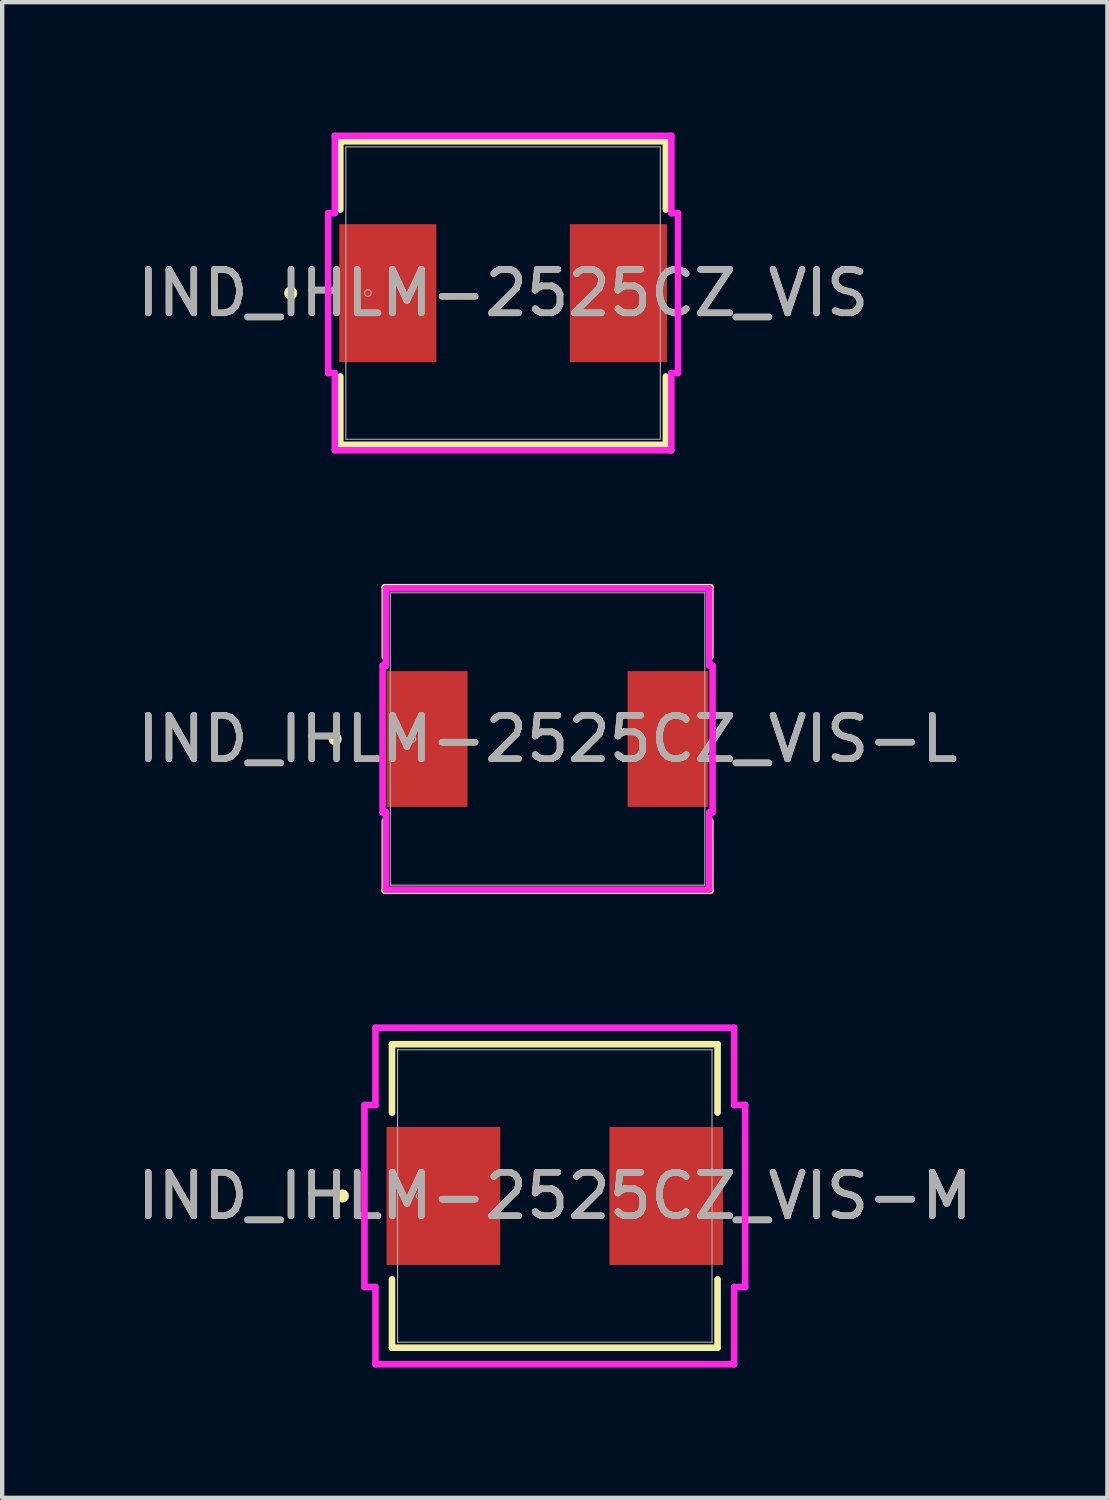
<source format=kicad_pcb>
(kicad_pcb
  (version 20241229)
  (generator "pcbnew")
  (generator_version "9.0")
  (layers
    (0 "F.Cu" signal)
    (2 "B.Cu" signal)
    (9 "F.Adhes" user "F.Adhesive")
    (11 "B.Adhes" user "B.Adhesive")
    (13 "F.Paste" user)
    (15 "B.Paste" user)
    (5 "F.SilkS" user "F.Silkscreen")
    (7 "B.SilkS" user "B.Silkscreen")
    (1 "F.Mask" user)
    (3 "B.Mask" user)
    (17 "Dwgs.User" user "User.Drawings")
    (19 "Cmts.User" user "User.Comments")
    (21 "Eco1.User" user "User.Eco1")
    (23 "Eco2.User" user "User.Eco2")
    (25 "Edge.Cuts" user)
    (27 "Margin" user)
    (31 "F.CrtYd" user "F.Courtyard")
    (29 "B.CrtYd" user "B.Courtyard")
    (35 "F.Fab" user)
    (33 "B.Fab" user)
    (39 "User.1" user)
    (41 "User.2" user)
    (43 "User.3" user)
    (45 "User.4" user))
  (footprint "IND_IHLM-2525CZ_VIS-M"
    (layer "F.Cu")
    (at 9.72 24.479)
    (property "Reference" "IND_IHLM-2525CZ_VIS-M" (at 0 0 0) (unlocked yes) (layer "F.SilkS") (effects (font (size 1 1) (thickness 0.15))))
    (attr smd)
    (fp_line (start -3.747 -3.493) (end -3.747 -1.92) (stroke (width 0.152) (type solid)) (layer "F.SilkS"))
    (fp_line (start -3.747 1.92) (end -3.747 3.493) (stroke (width 0.152) (type solid)) (layer "F.SilkS"))
    (fp_line (start -3.747 3.493) (end 3.747 3.493) (stroke (width 0.152) (type solid)) (layer "F.SilkS"))
    (fp_line (start 3.747 -3.493) (end -3.747 -3.493) (stroke (width 0.152) (type solid)) (layer "F.SilkS"))
    (fp_line (start 3.747 -1.92) (end 3.747 -3.493) (stroke (width 0.152) (type solid)) (layer "F.SilkS"))
    (fp_line (start 3.747 3.493) (end 3.747 1.92) (stroke (width 0.152) (type solid)) (layer "F.SilkS"))
    (fp_circle (center -4.889 0) (end -4.813 0) (stroke (width 0.152) (type solid)) (fill no) (layer "F.SilkS"))
    (fp_line (start -4.381 -2.095) (end -4.128 -2.095) (stroke (width 0.152) (type solid)) (layer "F.CrtYd"))
    (fp_line (start -4.381 2.095) (end -4.381 -2.095) (stroke (width 0.152) (type solid)) (layer "F.CrtYd"))
    (fp_line (start -4.128 -3.873) (end 4.128 -3.873) (stroke (width 0.152) (type solid)) (layer "F.CrtYd"))
    (fp_line (start -4.128 -2.095) (end -4.128 -3.873) (stroke (width 0.152) (type solid)) (layer "F.CrtYd"))
    (fp_line (start -4.128 2.095) (end -4.381 2.095) (stroke (width 0.152) (type solid)) (layer "F.CrtYd"))
    (fp_line (start -4.128 3.873) (end -4.128 2.095) (stroke (width 0.152) (type solid)) (layer "F.CrtYd"))
    (fp_line (start 4.128 -3.873) (end 4.128 -2.095) (stroke (width 0.152) (type solid)) (layer "F.CrtYd"))
    (fp_line (start 4.128 -2.095) (end 4.381 -2.095) (stroke (width 0.152) (type solid)) (layer "F.CrtYd"))
    (fp_line (start 4.128 2.095) (end 4.128 3.873) (stroke (width 0.152) (type solid)) (layer "F.CrtYd"))
    (fp_line (start 4.128 3.873) (end -4.128 3.873) (stroke (width 0.152) (type solid)) (layer "F.CrtYd"))
    (fp_line (start 4.381 -2.095) (end 4.381 2.095) (stroke (width 0.152) (type solid)) (layer "F.CrtYd"))
    (fp_line (start 4.381 2.095) (end 4.128 2.095) (stroke (width 0.152) (type solid)) (layer "F.CrtYd"))
    (fp_line (start -3.619 -3.365) (end -3.619 3.365) (stroke (width 0.025) (type solid)) (layer "F.Fab"))
    (fp_line (start -3.619 3.365) (end 3.619 3.365) (stroke (width 0.025) (type solid)) (layer "F.Fab"))
    (fp_line (start 3.619 -3.365) (end -3.619 -3.365) (stroke (width 0.025) (type solid)) (layer "F.Fab"))
    (fp_line (start 3.619 3.365) (end 3.619 -3.365) (stroke (width 0.025) (type solid)) (layer "F.Fab"))
    (fp_circle (center -3.111 0) (end -3.035 0) (stroke (width 0.025) (type solid)) (fill no) (layer "F.Fab"))
    (fp_text user "${REFERENCE}" (at 0 0 0) (unlocked yes) (layer "F.Fab") (effects (font (size 1 1) (thickness 0.15))))
    (pad "1" smd rect (at -2.565 0 90) (size 3.175 2.616) (layers "F.Cu" "F.Mask" "F.Paste"))
    (pad "2" smd rect (at 2.565 0 90) (size 3.175 2.616) (layers "F.Cu" "F.Mask" "F.Paste"))
    (zone (net_name "") (layer "F.Cu") (hatch full 0.508) (connect_pads) (min_thickness 0.254) (filled_areas_thickness no) (keepout (tracks not_allowed) (vias not_allowed) (pads allowed) (copperpour not_allowed) (footprints allowed)) (placement (enabled no)) (fill) (polygon (pts (xy 6.152 21.164) (xy 13.289 21.164) (xy 13.289 22.84) (xy 6.152 22.84))))
    (zone (net_name "") (layer "F.Cu") (hatch full 0.508) (connect_pads) (min_thickness 0.254) (filled_areas_thickness no) (keepout (tracks not_allowed) (vias not_allowed) (pads allowed) (copperpour not_allowed) (footprints allowed)) (placement (enabled no)) (fill) (polygon (pts (xy 6.152 26.117) (xy 13.289 26.117) (xy 13.289 27.793) (xy 6.152 27.793))))
    (zone (net_name "") (layer "F.Cu") (hatch full 0.508) (connect_pads) (min_thickness 0.254) (filled_areas_thickness no) (keepout (tracks not_allowed) (vias not_allowed) (pads allowed) (copperpour not_allowed) (footprints allowed)) (placement (enabled no)) (fill) (polygon (pts (xy 8.514 22.84) (xy 10.927 22.84) (xy 10.927 26.117) (xy 8.514 26.117)))))
  (footprint "IND_IHLM-2525CZ_VIS"
    (layer "F.Cu")
    (at 8.53 3.696)
    (property "Reference" "IND_IHLM-2525CZ_VIS" (at 0 0 0) (unlocked yes) (layer "F.SilkS") (effects (font (size 1 1) (thickness 0.15))))
    (attr smd)
    (fp_line (start -3.747 -3.493) (end -3.747 -1.92) (stroke (width 0.152) (type solid)) (layer "F.SilkS"))
    (fp_line (start -3.747 1.92) (end -3.747 3.493) (stroke (width 0.152) (type solid)) (layer "F.SilkS"))
    (fp_line (start -3.747 3.493) (end 3.747 3.493) (stroke (width 0.152) (type solid)) (layer "F.SilkS"))
    (fp_line (start 3.747 -3.493) (end -3.747 -3.493) (stroke (width 0.152) (type solid)) (layer "F.SilkS"))
    (fp_line (start 3.747 -1.92) (end 3.747 -3.493) (stroke (width 0.152) (type solid)) (layer "F.SilkS"))
    (fp_line (start 3.747 3.493) (end 3.747 1.92) (stroke (width 0.152) (type solid)) (layer "F.SilkS"))
    (fp_circle (center -4.889 0) (end -4.813 0) (stroke (width 0.152) (type solid)) (fill no) (layer "F.SilkS"))
    (fp_line (start -4.026 -1.841) (end -3.873 -1.841) (stroke (width 0.152) (type solid)) (layer "F.CrtYd"))
    (fp_line (start -4.026 1.841) (end -4.026 -1.841) (stroke (width 0.152) (type solid)) (layer "F.CrtYd"))
    (fp_line (start -3.873 -3.619) (end 3.873 -3.619) (stroke (width 0.152) (type solid)) (layer "F.CrtYd"))
    (fp_line (start -3.873 -1.841) (end -3.873 -3.619) (stroke (width 0.152) (type solid)) (layer "F.CrtYd"))
    (fp_line (start -3.873 1.841) (end -4.026 1.841) (stroke (width 0.152) (type solid)) (layer "F.CrtYd"))
    (fp_line (start -3.873 3.619) (end -3.873 1.841) (stroke (width 0.152) (type solid)) (layer "F.CrtYd"))
    (fp_line (start 3.873 -3.619) (end 3.873 -1.841) (stroke (width 0.152) (type solid)) (layer "F.CrtYd"))
    (fp_line (start 3.873 -1.841) (end 4.026 -1.841) (stroke (width 0.152) (type solid)) (layer "F.CrtYd"))
    (fp_line (start 3.873 1.841) (end 3.873 3.619) (stroke (width 0.152) (type solid)) (layer "F.CrtYd"))
    (fp_line (start 3.873 3.619) (end -3.873 3.619) (stroke (width 0.152) (type solid)) (layer "F.CrtYd"))
    (fp_line (start 4.026 -1.841) (end 4.026 1.841) (stroke (width 0.152) (type solid)) (layer "F.CrtYd"))
    (fp_line (start 4.026 1.841) (end 3.873 1.841) (stroke (width 0.152) (type solid)) (layer "F.CrtYd"))
    (fp_line (start -3.619 -3.365) (end -3.619 3.365) (stroke (width 0.025) (type solid)) (layer "F.Fab"))
    (fp_line (start -3.619 3.365) (end 3.619 3.365) (stroke (width 0.025) (type solid)) (layer "F.Fab"))
    (fp_line (start 3.619 -3.365) (end -3.619 -3.365) (stroke (width 0.025) (type solid)) (layer "F.Fab"))
    (fp_line (start 3.619 3.365) (end 3.619 -3.365) (stroke (width 0.025) (type solid)) (layer "F.Fab"))
    (fp_circle (center -3.111 0) (end -3.035 0) (stroke (width 0.025) (type solid)) (fill no) (layer "F.Fab"))
    (fp_text user "${REFERENCE}" (at 0 0 0) (unlocked yes) (layer "F.Fab") (effects (font (size 1 1) (thickness 0.15))))
    (pad "1" smd rect (at -2.654 0 90) (size 3.175 2.235) (layers "F.Cu" "F.Mask" "F.Paste"))
    (pad "2" smd rect (at 2.654 0 90) (size 3.175 2.235) (layers "F.Cu" "F.Mask" "F.Paste"))
    (zone (net_name "") (layer "F.Cu") (hatch full 0.508) (connect_pads) (min_thickness 0.254) (filled_areas_thickness no) (keepout (tracks not_allowed) (vias not_allowed) (pads allowed) (copperpour not_allowed) (footprints allowed)) (placement (enabled no)) (fill) (polygon (pts (xy 4.961 0.381) (xy 12.098 0.381) (xy 12.098 2.057) (xy 4.961 2.057))))
    (zone (net_name "") (layer "F.Cu") (hatch full 0.508) (connect_pads) (min_thickness 0.254) (filled_areas_thickness no) (keepout (tracks not_allowed) (vias not_allowed) (pads allowed) (copperpour not_allowed) (footprints allowed)) (placement (enabled no)) (fill) (polygon (pts (xy 4.961 5.334) (xy 12.098 5.334) (xy 12.098 7.01) (xy 4.961 7.01))))
    (zone (net_name "") (layer "F.Cu") (hatch full 0.508) (connect_pads) (min_thickness 0.254) (filled_areas_thickness no) (keepout (tracks not_allowed) (vias not_allowed) (pads allowed) (copperpour not_allowed) (footprints allowed)) (placement (enabled no)) (fill) (polygon (pts (xy 7.044 2.057) (xy 10.016 2.057) (xy 10.016 5.334) (xy 7.044 5.334)))))
  (footprint "IND_IHLM-2525CZ_VIS-L"
    (layer "F.Cu")
    (at 9.554 13.96)
    (property "Reference" "IND_IHLM-2525CZ_VIS-L" (at 0 0 0) (unlocked yes) (layer "F.SilkS") (effects (font (size 1 1) (thickness 0.15))))
    (attr smd)
    (fp_line (start -3.747 -3.493) (end -3.747 -1.891) (stroke (width 0.152) (type solid)) (layer "F.SilkS"))
    (fp_line (start -3.747 1.891) (end -3.747 3.493) (stroke (width 0.152) (type solid)) (layer "F.SilkS"))
    (fp_line (start -3.747 3.493) (end 3.747 3.493) (stroke (width 0.152) (type solid)) (layer "F.SilkS"))
    (fp_line (start 3.747 -3.493) (end -3.747 -3.493) (stroke (width 0.152) (type solid)) (layer "F.SilkS"))
    (fp_line (start 3.747 -1.891) (end 3.747 -3.493) (stroke (width 0.152) (type solid)) (layer "F.SilkS"))
    (fp_line (start 3.747 3.493) (end 3.747 1.891) (stroke (width 0.152) (type solid)) (layer "F.SilkS"))
    (fp_circle (center -4.889 0) (end -4.813 0) (stroke (width 0.152) (type solid)) (fill no) (layer "F.SilkS"))
    (fp_line (start -3.797 -1.689) (end -3.721 -1.689) (stroke (width 0.152) (type solid)) (layer "F.CrtYd"))
    (fp_line (start -3.797 1.689) (end -3.797 -1.689) (stroke (width 0.152) (type solid)) (layer "F.CrtYd"))
    (fp_line (start -3.721 -3.467) (end 3.721 -3.467) (stroke (width 0.152) (type solid)) (layer "F.CrtYd"))
    (fp_line (start -3.721 -1.689) (end -3.721 -3.467) (stroke (width 0.152) (type solid)) (layer "F.CrtYd"))
    (fp_line (start -3.721 1.689) (end -3.797 1.689) (stroke (width 0.152) (type solid)) (layer "F.CrtYd"))
    (fp_line (start -3.721 3.467) (end -3.721 1.689) (stroke (width 0.152) (type solid)) (layer "F.CrtYd"))
    (fp_line (start 3.721 -3.467) (end 3.721 -1.689) (stroke (width 0.152) (type solid)) (layer "F.CrtYd"))
    (fp_line (start 3.721 -1.689) (end 3.797 -1.689) (stroke (width 0.152) (type solid)) (layer "F.CrtYd"))
    (fp_line (start 3.721 1.689) (end 3.721 3.467) (stroke (width 0.152) (type solid)) (layer "F.CrtYd"))
    (fp_line (start 3.721 3.467) (end -3.721 3.467) (stroke (width 0.152) (type solid)) (layer "F.CrtYd"))
    (fp_line (start 3.797 -1.689) (end 3.797 1.689) (stroke (width 0.152) (type solid)) (layer "F.CrtYd"))
    (fp_line (start 3.797 1.689) (end 3.721 1.689) (stroke (width 0.152) (type solid)) (layer "F.CrtYd"))
    (fp_line (start -3.619 -3.365) (end -3.619 3.365) (stroke (width 0.025) (type solid)) (layer "F.Fab"))
    (fp_line (start -3.619 3.365) (end 3.619 3.365) (stroke (width 0.025) (type solid)) (layer "F.Fab"))
    (fp_line (start 3.619 -3.365) (end -3.619 -3.365) (stroke (width 0.025) (type solid)) (layer "F.Fab"))
    (fp_line (start 3.619 3.365) (end 3.619 -3.365) (stroke (width 0.025) (type solid)) (layer "F.Fab"))
    (fp_circle (center -3.111 0) (end -3.035 0) (stroke (width 0.025) (type solid)) (fill no) (layer "F.Fab"))
    (fp_text user "${REFERENCE}" (at 0 0 0) (unlocked yes) (layer "F.Fab") (effects (font (size 1 1) (thickness 0.15))))
    (pad "1" smd rect (at -2.769 0 90) (size 3.124 1.854) (layers "F.Cu" "F.Mask" "F.Paste"))
    (pad "2" smd rect (at 2.769 0 90) (size 3.124 1.854) (layers "F.Cu" "F.Mask" "F.Paste"))
    (zone (net_name "") (layer "F.Cu") (hatch full 0.508) (connect_pads) (min_thickness 0.254) (filled_areas_thickness no) (keepout (tracks not_allowed) (vias not_allowed) (pads allowed) (copperpour not_allowed) (footprints allowed)) (placement (enabled no)) (fill) (polygon (pts (xy 5.985 10.645) (xy 13.122 10.645) (xy 13.122 12.322) (xy 5.985 12.322))))
    (zone (net_name "") (layer "F.Cu") (hatch full 0.508) (connect_pads) (min_thickness 0.254) (filled_areas_thickness no) (keepout (tracks not_allowed) (vias not_allowed) (pads allowed) (copperpour not_allowed) (footprints allowed)) (placement (enabled no)) (fill) (polygon (pts (xy 5.985 15.598) (xy 13.122 15.598) (xy 13.122 17.275) (xy 5.985 17.275))))
    (zone (net_name "") (layer "F.Cu") (hatch full 0.508) (connect_pads) (min_thickness 0.254) (filled_areas_thickness no) (keepout (tracks not_allowed) (vias not_allowed) (pads allowed) (copperpour not_allowed) (footprints allowed)) (placement (enabled no)) (fill) (polygon (pts (xy 7.763 12.322) (xy 11.344 12.322) (xy 11.344 15.598) (xy 7.763 15.598)))))
  (gr_rect
    (start -3 -3)
    (end 22.44 31.428)
    (stroke (width 0.1) (type default))
    (fill no)
    (layer "Edge.Cuts")))
</source>
